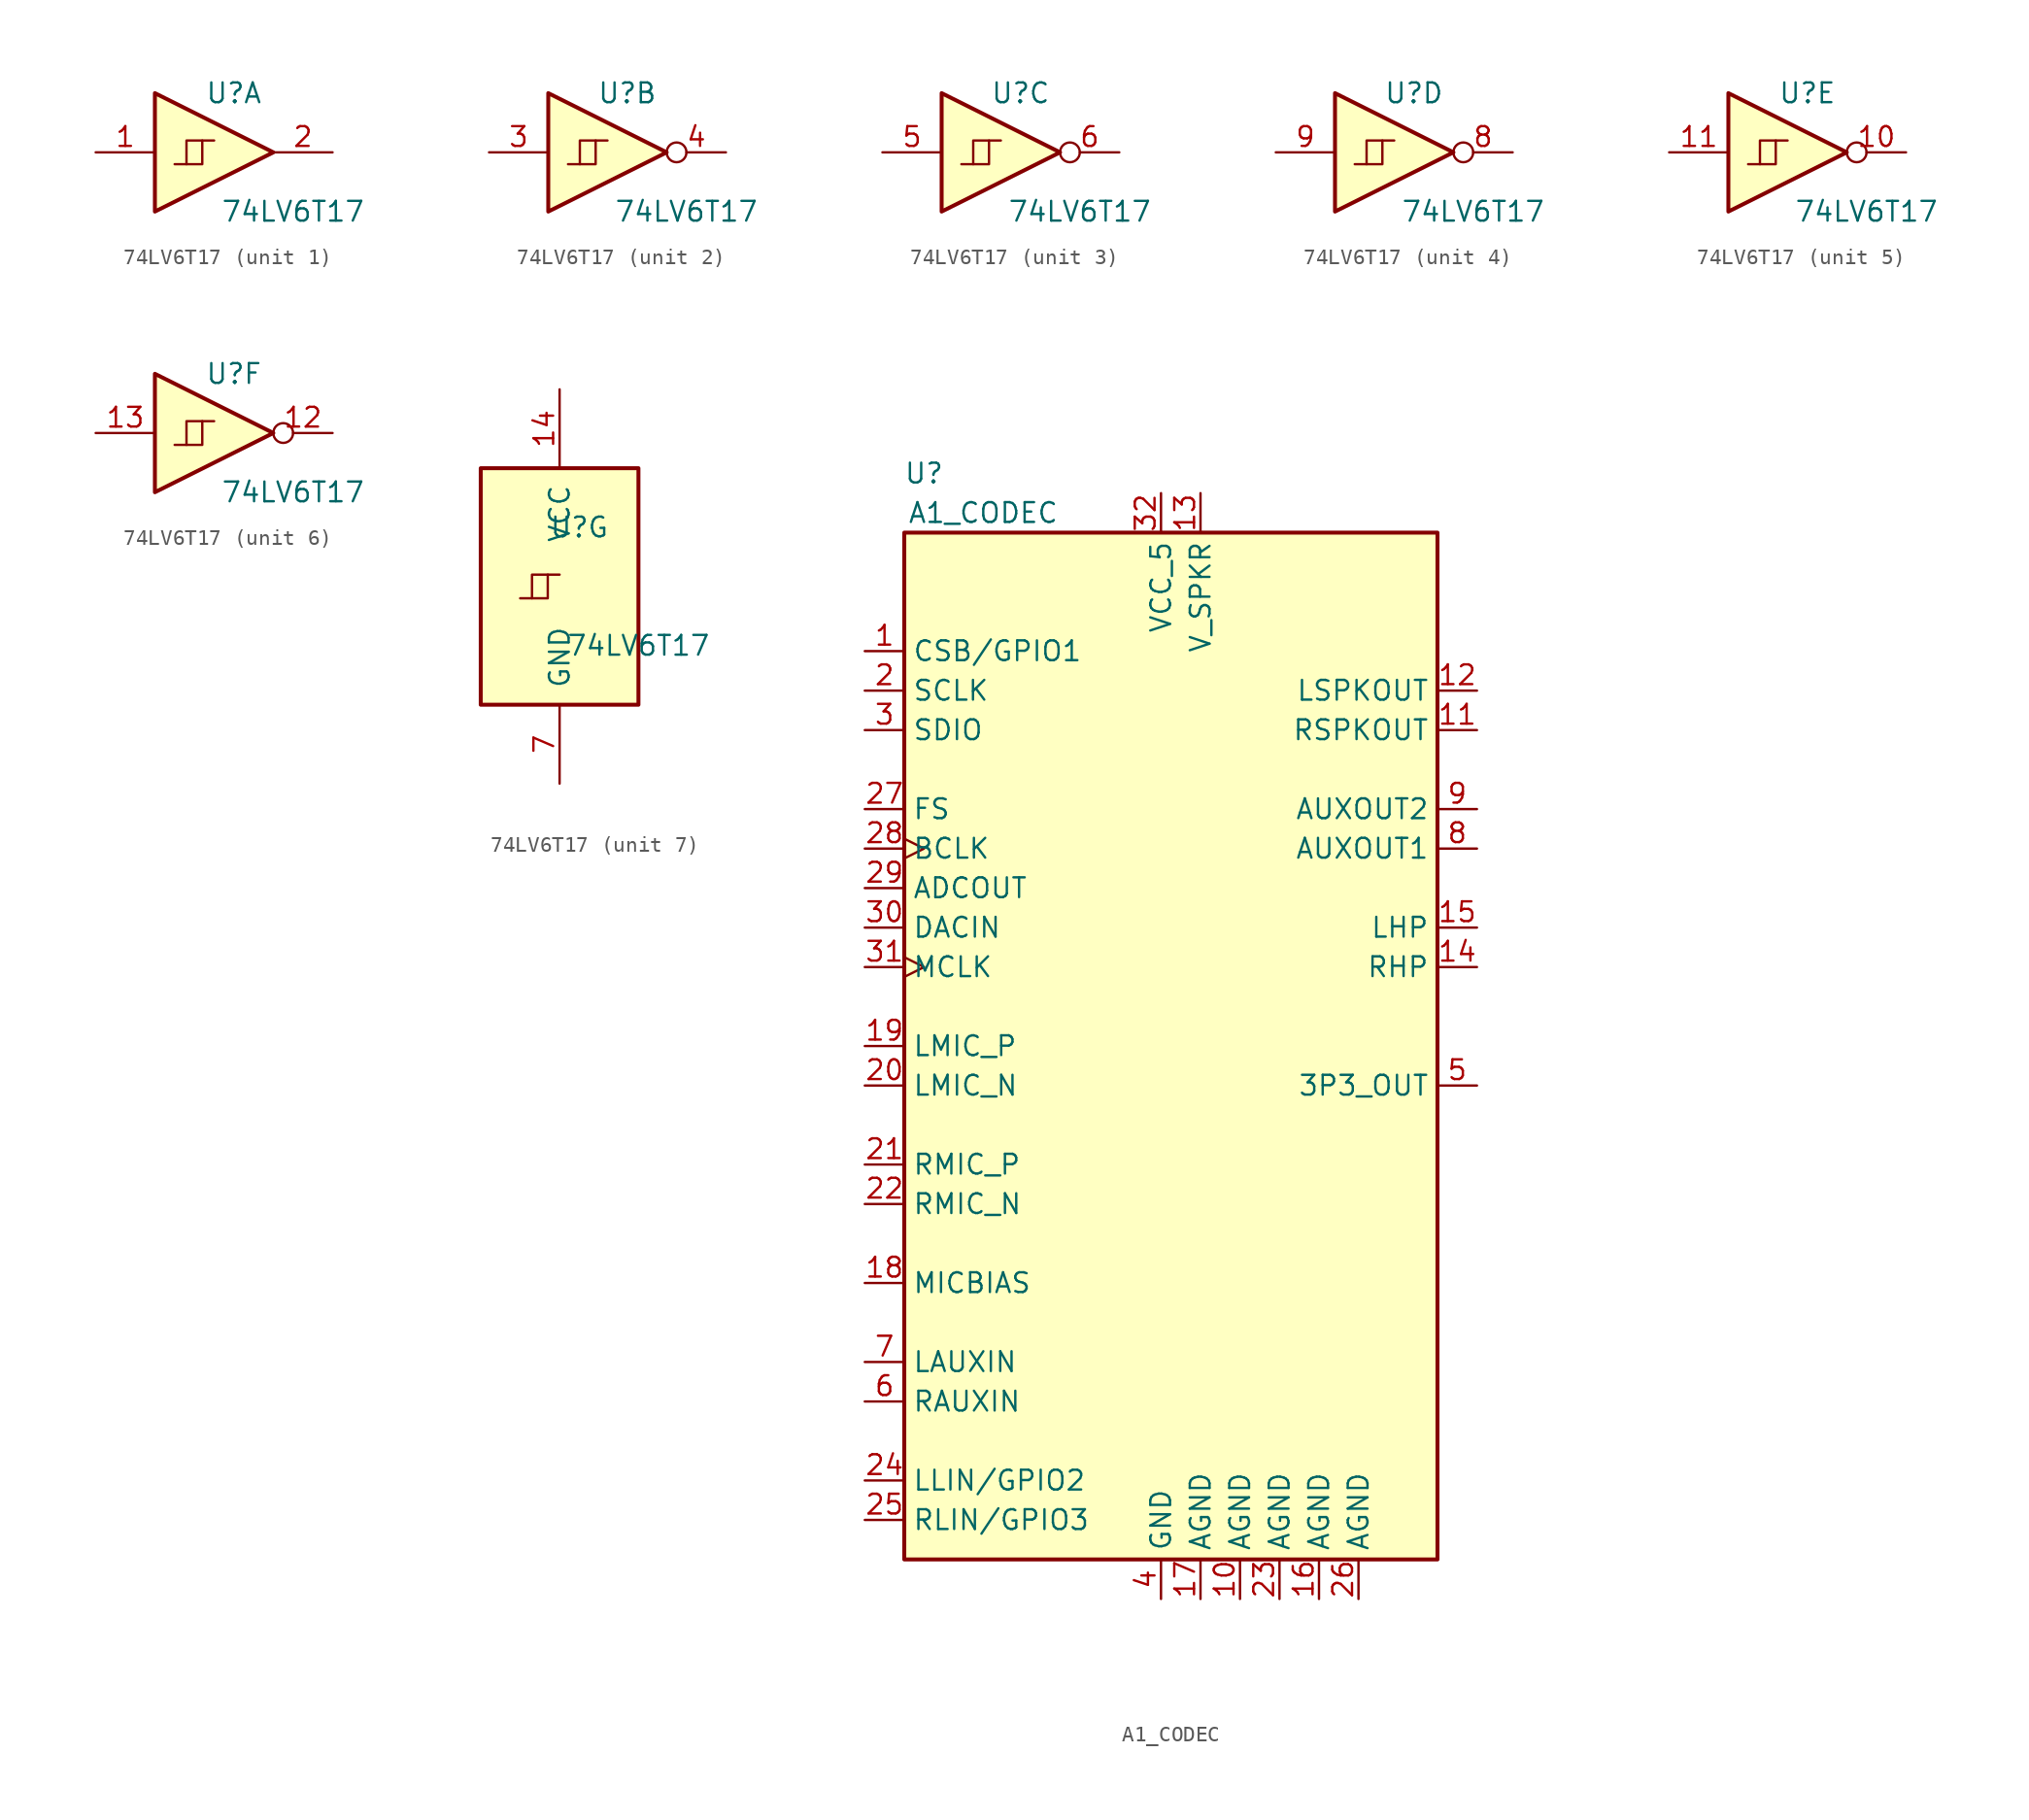
<source format=kicad_sym>
(kicad_symbol_lib
  (version 20220914)
  (generator kicad_symbol_editor)
  (symbol "74LV6T17"
    (pin_names
      (offset 1.016))
    (property "Reference" "U"
      (at 1.27 3.81 0)
      (effects (font (size 1.27 1.27))))
    (property "Value" "74LV6T17"
      (at 5.08 -3.81 0)
      (effects (font (size 1.27 1.27))))
    (property "ki_locked" ""
      (at 0 0 0)
      (effects (font (size 1.27 1.27))))
    (symbol "74LV6T17_0_1"
      (polyline (pts (xy -1.778 -0.762) (xy -0.762 -0.762) (xy -0.762 0.762)) (stroke (width 0) (type default)) (fill (type none)))
      (polyline (pts (xy -2.54 -0.762) (xy -1.778 -0.762) (xy -1.778 0.762) (xy 0 0.762)) (stroke (width 0) (type default)) (fill (type none))))
    (symbol "74LV6T17_1_0"
      (polyline (pts (xy -3.81 3.81) (xy -3.81 -3.81) (xy 3.81 0) (xy -3.81 3.81)) (stroke (width 0.254) (type default)) (fill (type background)))
      (pin input line (at -7.62 0 0) (length 3.81) (name "~" (effects (font (size 1.27 1.27)))) (number "1" (effects (font (size 1.27 1.27)))))
      (pin output line (at 7.62 0 180) (length 3.81) (name "~" (effects (font (size 1.27 1.27)))) (number "2" (effects (font (size 1.27 1.27))))))
    (symbol "74LV6T17_2_0"
      (polyline (pts (xy -3.81 3.81) (xy -3.81 -3.81) (xy 3.81 0) (xy -3.81 3.81)) (stroke (width 0.254) (type default)) (fill (type background)))
      (pin input line (at -7.62 0 0) (length 3.81) (name "~" (effects (font (size 1.27 1.27)))) (number "3" (effects (font (size 1.27 1.27)))))
      (pin open_collector inverted (at 7.62 0 180) (length 3.81) (name "~" (effects (font (size 1.27 1.27)))) (number "4" (effects (font (size 1.27 1.27))))))
    (symbol "74LV6T17_3_0"
      (polyline (pts (xy -3.81 3.81) (xy -3.81 -3.81) (xy 3.81 0) (xy -3.81 3.81)) (stroke (width 0.254) (type default)) (fill (type background)))
      (pin input line (at -7.62 0 0) (length 3.81) (name "~" (effects (font (size 1.27 1.27)))) (number "5" (effects (font (size 1.27 1.27)))))
      (pin open_collector inverted (at 7.62 0 180) (length 3.81) (name "~" (effects (font (size 1.27 1.27)))) (number "6" (effects (font (size 1.27 1.27))))))
    (symbol "74LV6T17_4_0"
      (polyline (pts (xy -3.81 3.81) (xy -3.81 -3.81) (xy 3.81 0) (xy -3.81 3.81)) (stroke (width 0.254) (type default)) (fill (type background)))
      (pin open_collector inverted (at 7.62 0 180) (length 3.81) (name "~" (effects (font (size 1.27 1.27)))) (number "8" (effects (font (size 1.27 1.27)))))
      (pin input line (at -7.62 0 0) (length 3.81) (name "~" (effects (font (size 1.27 1.27)))) (number "9" (effects (font (size 1.27 1.27))))))
    (symbol "74LV6T17_5_0"
      (polyline (pts (xy -3.81 3.81) (xy -3.81 -3.81) (xy 3.81 0) (xy -3.81 3.81)) (stroke (width 0.254) (type default)) (fill (type background)))
      (pin open_collector inverted (at 7.62 0 180) (length 3.81) (name "~" (effects (font (size 1.27 1.27)))) (number "10" (effects (font (size 1.27 1.27)))))
      (pin input line (at -7.62 0 0) (length 3.81) (name "~" (effects (font (size 1.27 1.27)))) (number "11" (effects (font (size 1.27 1.27))))))
    (symbol "74LV6T17_6_0"
      (polyline (pts (xy -3.81 3.81) (xy -3.81 -3.81) (xy 3.81 0) (xy -3.81 3.81)) (stroke (width 0.254) (type default)) (fill (type background)))
      (pin open_collector inverted (at 7.62 0 180) (length 3.81) (name "~" (effects (font (size 1.27 1.27)))) (number "12" (effects (font (size 1.27 1.27)))))
      (pin input line (at -7.62 0 0) (length 3.81) (name "~" (effects (font (size 1.27 1.27)))) (number "13" (effects (font (size 1.27 1.27))))))
    (symbol "74LV6T17_7_0"
      (pin power_in line (at 0 12.7 270) (length 5.08) (name "VCC" (effects (font (size 1.27 1.27)))) (number "14" (effects (font (size 1.27 1.27)))))
      (pin power_in line (at 0 -12.7 90) (length 5.08) (name "GND" (effects (font (size 1.27 1.27)))) (number "7" (effects (font (size 1.27 1.27))))))
    (symbol "74LV6T17_7_1"
      (rectangle (start -5.08 7.62) (end 5.08 -7.62) (stroke (width 0.254) (type default)) (fill (type background)))))
  (symbol "A1_CODEC"
    (property "Reference" "U"
      (at 1.27 36.83 0)
      (effects (font (size 1.27 1.27))))
    (property "Value" "A1_CODEC"
      (at 5.08 34.29 0)
      (effects (font (size 1.27 1.27))))
    (symbol "A1_CODEC_0_0"
      (pin power_in line (at 21.59 -35.56 90) (length 2.54) (name "AGND" (effects (font (size 1.27 1.27)))) (number "10" (effects (font (size 1.27 1.27)))))
      (pin output line (at 36.83 20.32 180) (length 2.54) (name "RSPKOUT" (effects (font (size 1.27 1.27)))) (number "11" (effects (font (size 1.27 1.27)))))
      (pin output line (at 36.83 22.86 180) (length 2.54) (name "LSPKOUT" (effects (font (size 1.27 1.27)))) (number "12" (effects (font (size 1.27 1.27)))))
      (pin power_in line (at 19.05 35.56 270) (length 2.54) (name "V_SPKR" (effects (font (size 1.27 1.27)))) (number "13" (effects (font (size 1.27 1.27)))))
      (pin output line (at 36.83 5.08 180) (length 2.54) (name "RHP" (effects (font (size 1.27 1.27)))) (number "14" (effects (font (size 1.27 1.27)))))
      (pin output line (at 36.83 7.62 180) (length 2.54) (name "LHP" (effects (font (size 1.27 1.27)))) (number "15" (effects (font (size 1.27 1.27)))))
      (pin power_in line (at 19.05 -35.56 90) (length 2.54) (name "AGND" (effects (font (size 1.27 1.27)))) (number "17" (effects (font (size 1.27 1.27)))))
      (pin output line (at -2.54 -15.24 0) (length 2.54) (name "MICBIAS" (effects (font (size 1.27 1.27)))) (number "18" (effects (font (size 1.27 1.27)))))
      (pin input line (at -2.54 0 0) (length 2.54) (name "LMIC_P" (effects (font (size 1.27 1.27)))) (number "19" (effects (font (size 1.27 1.27)))))
      (pin bidirectional line (at -2.54 22.86 0) (length 2.54) (name "SCLK" (effects (font (size 1.27 1.27)))) (number "2" (effects (font (size 1.27 1.27)))))
      (pin input line (at -2.54 -2.54 0) (length 2.54) (name "LMIC_N" (effects (font (size 1.27 1.27)))) (number "20" (effects (font (size 1.27 1.27)))))
      (pin input line (at -2.54 -7.62 0) (length 2.54) (name "RMIC_P" (effects (font (size 1.27 1.27)))) (number "21" (effects (font (size 1.27 1.27)))))
      (pin input line (at -2.54 -10.16 0) (length 2.54) (name "RMIC_N" (effects (font (size 1.27 1.27)))) (number "22" (effects (font (size 1.27 1.27)))))
      (pin power_in line (at 24.13 -35.56 90) (length 2.54) (name "AGND" (effects (font (size 1.27 1.27)))) (number "23" (effects (font (size 1.27 1.27)))))
      (pin bidirectional line (at -2.54 -27.94 0) (length 2.54) (name "LLIN/GPIO2" (effects (font (size 1.27 1.27)))) (number "24" (effects (font (size 1.27 1.27)))))
      (pin bidirectional line (at -2.54 -30.48 0) (length 2.54) (name "RLIN/GPIO3" (effects (font (size 1.27 1.27)))) (number "25" (effects (font (size 1.27 1.27)))))
      (pin bidirectional line (at -2.54 15.24 0) (length 2.54) (name "FS" (effects (font (size 1.27 1.27)))) (number "27" (effects (font (size 1.27 1.27)))))
      (pin output line (at -2.54 10.16 0) (length 2.54) (name "ADCOUT" (effects (font (size 1.27 1.27)))) (number "29" (effects (font (size 1.27 1.27)))))
      (pin bidirectional line (at -2.54 20.32 0) (length 2.54) (name "SDIO" (effects (font (size 1.27 1.27)))) (number "3" (effects (font (size 1.27 1.27)))))
      (pin input line (at -2.54 7.62 0) (length 2.54) (name "DACIN" (effects (font (size 1.27 1.27)))) (number "30" (effects (font (size 1.27 1.27)))))
      (pin power_in line (at 16.51 35.56 270) (length 2.54) (name "VCC_5" (effects (font (size 1.27 1.27)))) (number "32" (effects (font (size 1.27 1.27)))))
      (pin power_in line (at 16.51 -35.56 90) (length 2.54) (name "GND" (effects (font (size 1.27 1.27)))) (number "4" (effects (font (size 1.27 1.27)))))
      (pin power_out line (at 36.83 -2.54 180) (length 2.54) (name "3P3_OUT" (effects (font (size 1.27 1.27)))) (number "5" (effects (font (size 1.27 1.27)))))
      (pin tri_state line (at -2.54 -22.86 0) (length 2.54) (name "RAUXIN" (effects (font (size 1.27 1.27)))) (number "6" (effects (font (size 1.27 1.27)))))
      (pin input line (at -2.54 -20.32 0) (length 2.54) (name "LAUXIN" (effects (font (size 1.27 1.27)))) (number "7" (effects (font (size 1.27 1.27)))))
      (pin output line (at 36.83 12.7 180) (length 2.54) (name "AUXOUT1" (effects (font (size 1.27 1.27)))) (number "8" (effects (font (size 1.27 1.27)))))
      (pin output line (at 36.83 15.24 180) (length 2.54) (name "AUXOUT2" (effects (font (size 1.27 1.27)))) (number "9" (effects (font (size 1.27 1.27))))))
    (symbol "A1_CODEC_0_1"
      (rectangle (start 0 33.02) (end 34.29 -33.02) (stroke (width 0.254) (type default)) (fill (type background))))
    (symbol "A1_CODEC_1_0"
      (pin bidirectional line (at -2.54 25.4 0) (length 2.54) (name "CSB/GPIO1" (effects (font (size 1.27 1.27)))) (number "1" (effects (font (size 1.27 1.27)))))
      (pin power_in line (at 26.67 -35.56 90) (length 2.54) (name "AGND" (effects (font (size 1.27 1.27)))) (number "16" (effects (font (size 1.27 1.27)))))
      (pin power_in line (at 29.21 -35.56 90) (length 2.54) (name "AGND" (effects (font (size 1.27 1.27)))) (number "26" (effects (font (size 1.27 1.27)))))
      (pin bidirectional clock (at -2.54 12.7 0) (length 2.54) (name "BCLK" (effects (font (size 1.27 1.27)))) (number "28" (effects (font (size 1.27 1.27)))))
      (pin input clock (at -2.54 5.08 0) (length 2.54) (name "MCLK" (effects (font (size 1.27 1.27)))) (number "31" (effects (font (size 1.27 1.27))))))))
</source>
